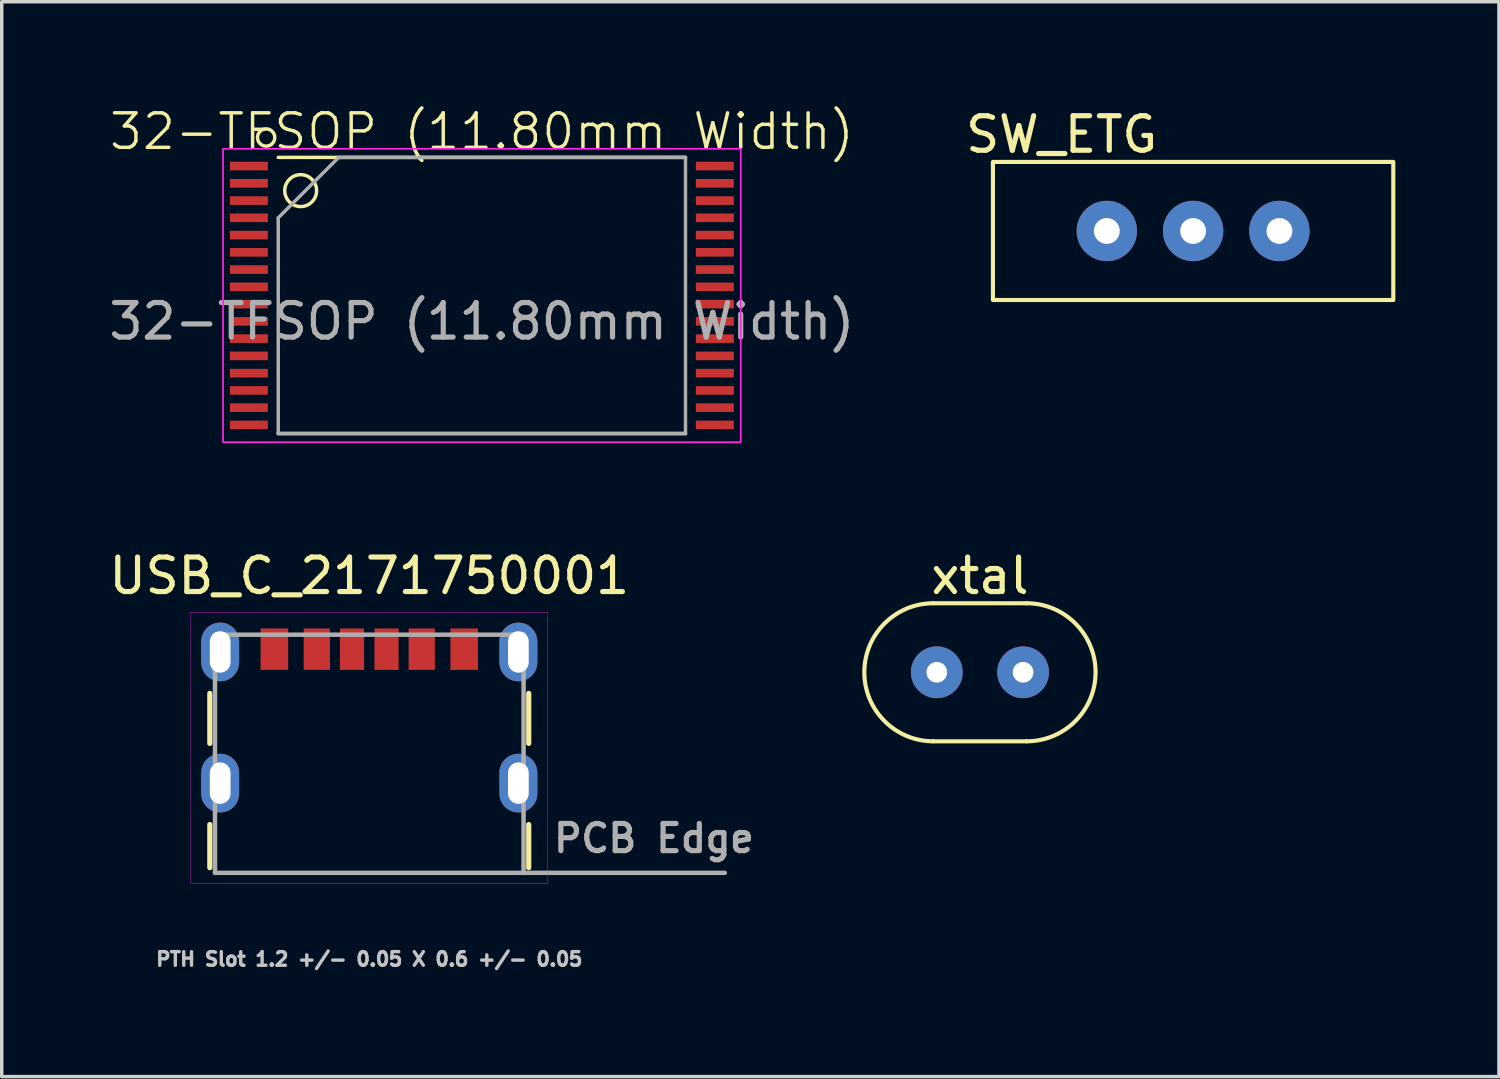
<source format=kicad_pcb>
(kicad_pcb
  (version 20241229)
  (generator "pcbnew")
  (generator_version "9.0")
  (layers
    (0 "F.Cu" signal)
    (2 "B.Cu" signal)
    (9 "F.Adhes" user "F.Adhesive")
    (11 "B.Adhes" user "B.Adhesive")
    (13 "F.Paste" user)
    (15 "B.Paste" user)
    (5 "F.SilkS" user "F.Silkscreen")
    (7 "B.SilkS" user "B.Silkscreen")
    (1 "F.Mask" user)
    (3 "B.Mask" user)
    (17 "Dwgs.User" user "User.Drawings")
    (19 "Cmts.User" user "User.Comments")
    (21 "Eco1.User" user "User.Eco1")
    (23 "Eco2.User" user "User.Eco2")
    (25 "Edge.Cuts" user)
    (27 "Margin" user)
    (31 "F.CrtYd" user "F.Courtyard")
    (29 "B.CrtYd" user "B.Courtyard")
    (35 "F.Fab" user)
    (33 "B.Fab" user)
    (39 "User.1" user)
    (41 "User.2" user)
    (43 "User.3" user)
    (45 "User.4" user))
  (footprint "32-TFSOP (11.80mm Width)"
    (layer "F.Cu")
    (at 10.911 5.511)
    (property "Reference" "32-TFSOP (11.80mm Width)" (at 0 -4.75 0) (unlocked yes) (layer "F.SilkS") (effects (font (size 1 1) (thickness 0.1))))
    (attr smd)
    (fp_line (start -5.9 -4) (end 5.9 -4) (stroke (width 0.1) (type default)) (layer "F.SilkS"))
    (fp_line (start -5.9 4) (end 5.9 4) (stroke (width 0.1) (type default)) (layer "F.SilkS"))
    (fp_circle (center -6.25 -4.577) (end -6.25 -4.827) (stroke (width 0.1) (type default)) (fill no) (layer "F.SilkS"))
    (fp_circle (center -5.25 -3.038) (end -5.25 -3.5) (stroke (width 0.1) (type default)) (fill no) (layer "F.SilkS"))
    (fp_rect (start -7.5 -4.25) (end 7.5 4.25) (stroke (width 0.05) (type default)) (fill no) (layer "F.CrtYd"))
    (fp_line (start -5.9 -2.25) (end -4.15 -4) (stroke (width 0.1) (type default)) (layer "F.Fab"))
    (fp_line (start -5.9 4) (end -5.9 -2.25) (stroke (width 0.1) (type default)) (layer "F.Fab"))
    (fp_line (start -4.15 -4) (end 5.9 -4) (stroke (width 0.1) (type default)) (layer "F.Fab"))
    (fp_line (start 5.9 -4) (end 5.9 4) (stroke (width 0.1) (type default)) (layer "F.Fab"))
    (fp_line (start 5.9 4) (end -5.9 4) (stroke (width 0.1) (type default)) (layer "F.Fab"))
    (fp_text user "${REFERENCE}" (at 0 0.75 0) (unlocked yes) (layer "F.Fab") (effects (font (size 1 1) (thickness 0.15))))
    (pad "1" smd rect (at -6.75 -3.75) (size 1.1 0.25) (layers "F.Cu" "F.Mask" "F.Paste"))
    (pad "2" smd rect (at -6.75 -3.25) (size 1.1 0.25) (layers "F.Cu" "F.Mask" "F.Paste"))
    (pad "3" smd rect (at -6.75 -2.75) (size 1.1 0.25) (layers "F.Cu" "F.Mask" "F.Paste"))
    (pad "4" smd rect (at -6.75 -2.25) (size 1.1 0.25) (layers "F.Cu" "F.Mask" "F.Paste"))
    (pad "5" smd rect (at -6.75 -1.75) (size 1.1 0.25) (layers "F.Cu" "F.Mask" "F.Paste"))
    (pad "6" smd rect (at -6.75 -1.25) (size 1.1 0.25) (layers "F.Cu" "F.Mask" "F.Paste"))
    (pad "7" smd rect (at -6.75 -0.75) (size 1.1 0.25) (layers "F.Cu" "F.Mask" "F.Paste"))
    (pad "8" smd rect (at -6.75 -0.25) (size 1.1 0.25) (layers "F.Cu" "F.Mask" "F.Paste"))
    (pad "9" smd rect (at -6.75 0.25) (size 1.1 0.25) (layers "F.Cu" "F.Mask" "F.Paste"))
    (pad "10" smd rect (at -6.75 0.75) (size 1.1 0.25) (layers "F.Cu" "F.Mask" "F.Paste"))
    (pad "11" smd rect (at -6.75 1.25) (size 1.1 0.25) (layers "F.Cu" "F.Mask" "F.Paste"))
    (pad "12" smd rect (at -6.75 1.75) (size 1.1 0.25) (layers "F.Cu" "F.Mask" "F.Paste"))
    (pad "13" smd rect (at -6.75 2.25) (size 1.1 0.25) (layers "F.Cu" "F.Mask" "F.Paste"))
    (pad "14" smd rect (at -6.75 2.75) (size 1.1 0.25) (layers "F.Cu" "F.Mask" "F.Paste"))
    (pad "15" smd rect (at -6.75 3.25) (size 1.1 0.25) (layers "F.Cu" "F.Mask" "F.Paste"))
    (pad "16" smd rect (at -6.75 3.75) (size 1.1 0.25) (layers "F.Cu" "F.Mask" "F.Paste"))
    (pad "17" smd rect (at 6.75 3.75) (size 1.1 0.25) (layers "F.Cu" "F.Mask" "F.Paste"))
    (pad "18" smd rect (at 6.75 3.25) (size 1.1 0.25) (layers "F.Cu" "F.Mask" "F.Paste"))
    (pad "19" smd rect (at 6.75 2.75) (size 1.1 0.25) (layers "F.Cu" "F.Mask" "F.Paste"))
    (pad "20" smd rect (at 6.75 2.25) (size 1.1 0.25) (layers "F.Cu" "F.Mask" "F.Paste"))
    (pad "21" smd rect (at 6.75 1.75) (size 1.1 0.25) (layers "F.Cu" "F.Mask" "F.Paste"))
    (pad "22" smd rect (at 6.75 1.25) (size 1.1 0.25) (layers "F.Cu" "F.Mask" "F.Paste"))
    (pad "23" smd rect (at 6.75 0.75) (size 1.1 0.25) (layers "F.Cu" "F.Mask" "F.Paste"))
    (pad "24" smd rect (at 6.75 0.25) (size 1.1 0.25) (layers "F.Cu" "F.Mask" "F.Paste"))
    (pad "25" smd rect (at 6.75 -0.25) (size 1.1 0.25) (layers "F.Cu" "F.Mask" "F.Paste"))
    (pad "26" smd rect (at 6.75 -0.75) (size 1.1 0.25) (layers "F.Cu" "F.Mask" "F.Paste"))
    (pad "27" smd rect (at 6.75 -1.25) (size 1.1 0.25) (layers "F.Cu" "F.Mask" "F.Paste"))
    (pad "28" smd rect (at 6.75 -1.75) (size 1.1 0.25) (layers "F.Cu" "F.Mask" "F.Paste"))
    (pad "29" smd rect (at 6.75 -2.25) (size 1.1 0.25) (layers "F.Cu" "F.Mask" "F.Paste"))
    (pad "30" smd rect (at 6.75 -2.75) (size 1.1 0.25) (layers "F.Cu" "F.Mask" "F.Paste"))
    (pad "31" smd rect (at 6.75 -3.25) (size 1.1 0.25) (layers "F.Cu" "F.Mask" "F.Paste"))
    (pad "32" smd rect (at 6.75 -3.75) (size 1.1 0.25) (layers "F.Cu" "F.Mask" "F.Paste")))
  (footprint "xtal"
    (layer "F.Cu")
    (at 25.342 16.428)
    (property "Reference" "xtal" (at 0 -2.794 0) (unlocked yes) (layer "F.SilkS") (effects (font (size 1 1) (thickness 0.15))))
    (attr through_hole)
    (fp_line (start -1.35 2) (end 1.35 2) (stroke (width 0.12) (type solid)) (layer "F.SilkS"))
    (fp_line (start 1.35 -2) (end -1.35 -2) (stroke (width 0.12) (type solid)) (layer "F.SilkS"))
    (fp_arc (start -1.35 2) (mid -3.35 0) (end -1.35 -2) (stroke (width 0.12) (type solid)) (layer "F.SilkS"))
    (fp_arc (start 1.35 -2) (mid 3.35 0) (end 1.35 2) (stroke (width 0.12) (type solid)) (layer "F.SilkS"))
    (pad "1" thru_hole circle (at -1.25 0) (size 1.5 1.5) (drill 0.6) (layers "*.Cu" "*.Mask"))
    (pad "2" thru_hole circle (at 1.25 0) (size 1.5 1.5) (drill 0.6) (layers "*.Cu" "*.Mask")))
  (footprint "SW_ETG"
    (layer "F.Cu")
    (at 31.518 3.642)
    (property "Reference" "SW_ETG" (at -3.81 -2.794 0) (unlocked yes) (layer "F.SilkS") (effects (font (size 1 1) (thickness 0.15))))
    (attr through_hole)
    (fp_rect (start -5.8 -2) (end 5.8 2) (stroke (width 0.12) (type solid)) (fill no) (layer "F.SilkS"))
    (pad "1" thru_hole circle (at -2.5 0) (size 1.75 1.75) (drill 0.75) (layers "*.Cu" "*.Mask"))
    (pad "2" thru_hole circle (at 0 0) (size 1.75 1.75) (drill 0.75) (layers "*.Cu" "*.Mask"))
    (pad "3" thru_hole circle (at 2.5 0) (size 1.75 1.75) (drill 0.75) (layers "*.Cu" "*.Mask")))
  (footprint "USB_C_2171750001"
    (layer "F.Cu")
    (at 7.649 22.239)
    (property "Reference" "USB_C_2171750001" (at 0 -8.605 0) (layer "F.SilkS") (effects (font (size 1 1) (thickness 0.15))))
    (attr smd)
    (fp_poly (pts (xy -3.213 -7.144) (xy -2.287 -7.144) (xy -2.287 -5.816) (xy -3.213 -5.816)) (stroke (width 0.01) (type solid)) (fill yes) (layer "F.Mask"))
    (fp_poly (pts (xy -1.964 -7.144) (xy -1.077 -7.144) (xy -1.077 -5.816) (xy -1.964 -5.816)) (stroke (width 0.01) (type solid)) (fill yes) (layer "F.Mask"))
    (fp_poly (pts (xy -0.913 -7.144) (xy -0.086 -7.144) (xy -0.086 -5.816) (xy -0.913 -5.816)) (stroke (width 0.01) (type solid)) (fill yes) (layer "F.Mask"))
    (fp_poly (pts (xy 0.086 -7.144) (xy 0.913 -7.144) (xy 0.913 -5.816) (xy 0.086 -5.816)) (stroke (width 0.01) (type solid)) (fill yes) (layer "F.Mask"))
    (fp_poly (pts (xy 1.077 -7.144) (xy 1.964 -7.144) (xy 1.964 -5.816) (xy 1.077 -5.816)) (stroke (width 0.01) (type solid)) (fill yes) (layer "F.Mask"))
    (fp_poly (pts (xy 2.287 -7.144) (xy 3.213 -7.144) (xy 3.213 -5.816) (xy 2.287 -5.816)) (stroke (width 0.01) (type solid)) (fill yes) (layer "F.Mask"))
    (fp_line (start -4.62 -3.75) (end -4.62 -5.2) (stroke (width 0.15) (type solid)) (layer "F.SilkS"))
    (fp_line (start -4.62 -0.15) (end -4.62 -1.4) (stroke (width 0.15) (type solid)) (layer "F.SilkS"))
    (fp_line (start 4.62 -3.75) (end 4.62 -5.2) (stroke (width 0.15) (type solid)) (layer "F.SilkS"))
    (fp_line (start 4.62 -0.15) (end 4.62 -1.4) (stroke (width 0.15) (type solid)) (layer "F.SilkS"))
    (fp_line (start -5.17 -7.55) (end -5.17 0.3) (stroke (width 0.01) (type solid)) (layer "F.CrtYd"))
    (fp_line (start -5.17 0.3) (end 5.17 0.3) (stroke (width 0.01) (type solid)) (layer "F.CrtYd"))
    (fp_line (start 5.17 -7.55) (end -5.17 -7.55) (stroke (width 0.01) (type solid)) (layer "F.CrtYd"))
    (fp_line (start 5.17 0.3) (end 5.17 -7.55) (stroke (width 0.01) (type solid)) (layer "F.CrtYd"))
    (fp_line (start -4.47 -6.9) (end 4.47 -6.9) (stroke (width 0.13) (type solid)) (layer "F.Fab"))
    (fp_line (start -4.47 0) (end -4.47 -6.9) (stroke (width 0.13) (type solid)) (layer "F.Fab"))
    (fp_line (start 4.47 -6.9) (end 4.47 0) (stroke (width 0.13) (type solid)) (layer "F.Fab"))
    (fp_line (start 4.47 0) (end -4.47 0) (stroke (width 0.13) (type solid)) (layer "F.Fab"))
    (fp_line (start 4.47 0) (end 10.3 0) (stroke (width 0.13) (type solid)) (layer "F.Fab"))
    (fp_text user "PTH Slot 1.2 +/- 0.05 X 0.6 +/- 0.05" (at 0 2.5 0) (layer "Dwgs.User") (effects (font (size 0.394 0.394) (thickness 0.15))))
    (fp_text user "PCB Edge" (at 8.25 -1 0) (layer "F.Fab") (effects (font (size 0.787 0.787) (thickness 0.15))))
    (pad "A5" smd rect (at -0.5 -6.48) (size 0.7 1.2) (layers "F.Cu" "F.Paste"))
    (pad "A9" smd rect (at 1.52 -6.48) (size 0.76 1.2) (layers "F.Cu" "F.Paste"))
    (pad "A12" smd rect (at 2.75 -6.48) (size 0.8 1.2) (layers "F.Cu" "F.Paste"))
    (pad "B5" smd rect (at 0.5 -6.48) (size 0.7 1.2) (layers "F.Cu" "F.Paste"))
    (pad "B9" smd rect (at -1.52 -6.48) (size 0.76 1.2) (layers "F.Cu" "F.Paste"))
    (pad "B12" smd rect (at -2.75 -6.48) (size 0.8 1.2) (layers "F.Cu" "F.Paste"))
    (pad "SH1" thru_hole oval (at -4.32 -2.6) (size 1.1 1.7) (drill oval 0.6 1.2) (layers "*.Cu" "*.Mask"))
    (pad "SH2" thru_hole oval (at 4.32 -2.6) (size 1.1 1.7) (drill oval 0.6 1.2) (layers "*.Cu" "*.Mask"))
    (pad "SH3" thru_hole oval (at -4.32 -6.4) (size 1.1 1.7) (drill oval 0.6 1.2) (layers "*.Cu" "*.Mask"))
    (pad "SH4" thru_hole oval (at 4.32 -6.4) (size 1.1 1.7) (drill oval 0.6 1.2) (layers "*.Cu" "*.Mask")))
  (gr_rect
    (start -3 -3)
    (end 40.378 28.142)
    (stroke (width 0.1) (type default))
    (fill no)
    (layer "Edge.Cuts")))
</source>
